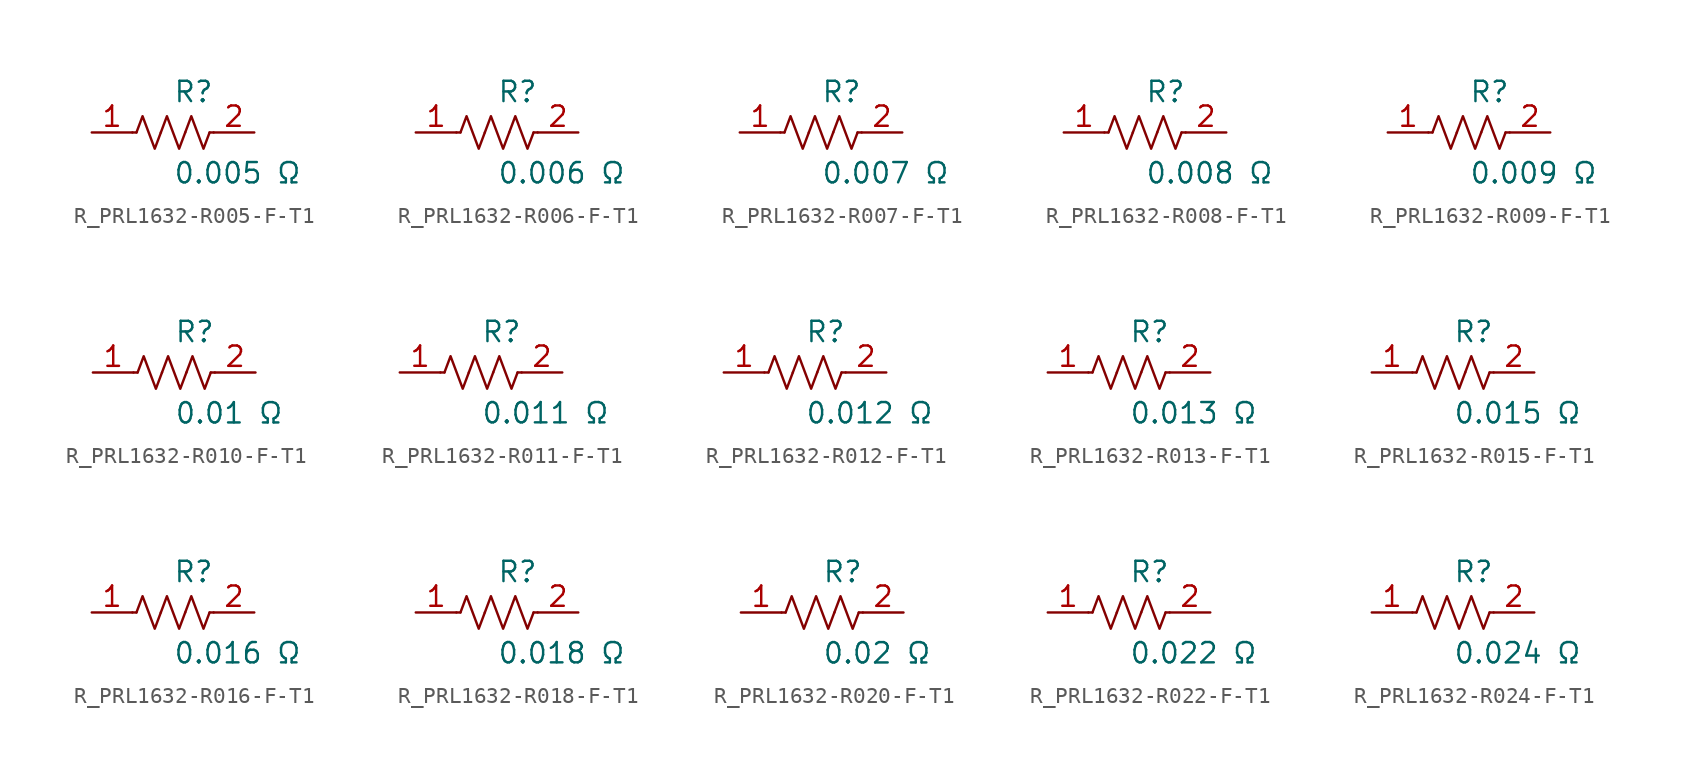
<source format=kicad_sym>
(kicad_symbol_lib
  (version 20231120)
  (generator kicad_symbol_editor)
  (generator_version 8.0)
  (symbol "R_PRL1632-R005-F-T1"
    (pin_names
      (offset 0.254))
    (property "Reference" "R"
      (at 0 2.54 0)
      (effects (font (size 1.27 1.27)) (justify left)))
    (property "Value" "0.005 Ω"
      (at 0 -2.54 0)
      (effects (font (size 1.27 1.27)) (justify left)))
    (symbol "R_PRL1632-R005-F-T1_0_1"
      (polyline (pts (xy 2.286 0) (xy 2.54 0)) (stroke (width 0) (type default)) (fill (type none)))
      (polyline (pts (xy -2.286 0) (xy -2.54 0)) (stroke (width 0) (type default)) (fill (type none)))
      (polyline (pts (xy 0.762 0) (xy 1.143 1.016) (xy 1.524 0) (xy 1.905 -1.016) (xy 2.286 0)) (stroke (width 0) (type default)) (fill (type none)))
      (polyline (pts (xy -0.762 0) (xy -0.381 1.016) (xy 0 0) (xy 0.381 -1.016) (xy 0.762 0)) (stroke (width 0) (type default)) (fill (type none)))
      (polyline (pts (xy -2.286 0) (xy -1.905 1.016) (xy -1.524 0) (xy -1.143 -1.016) (xy -0.762 0)) (stroke (width 0) (type default)) (fill (type none))))
    (pin passive line
      (at -5.08 0 0)
      (length 2.54)
      (name "" (effects (font (size 1.27 1.27))))
      (number "1" (effects (font (size 1.27 1.27)))))
    (pin passive line
      (at 5.08 0 180)
      (length 2.54)
      (name "" (effects (font (size 1.27 1.27))))
      (number "2" (effects (font (size 1.27 1.27))))))
  (symbol "R_PRL1632-R006-F-T1"
    (pin_names
      (offset 0.254))
    (property "Reference" "R"
      (at 0 2.54 0)
      (effects (font (size 1.27 1.27)) (justify left)))
    (property "Value" "0.006 Ω"
      (at 0 -2.54 0)
      (effects (font (size 1.27 1.27)) (justify left)))
    (symbol "R_PRL1632-R006-F-T1_0_1"
      (polyline (pts (xy 2.286 0) (xy 2.54 0)) (stroke (width 0) (type default)) (fill (type none)))
      (polyline (pts (xy -2.286 0) (xy -2.54 0)) (stroke (width 0) (type default)) (fill (type none)))
      (polyline (pts (xy 0.762 0) (xy 1.143 1.016) (xy 1.524 0) (xy 1.905 -1.016) (xy 2.286 0)) (stroke (width 0) (type default)) (fill (type none)))
      (polyline (pts (xy -0.762 0) (xy -0.381 1.016) (xy 0 0) (xy 0.381 -1.016) (xy 0.762 0)) (stroke (width 0) (type default)) (fill (type none)))
      (polyline (pts (xy -2.286 0) (xy -1.905 1.016) (xy -1.524 0) (xy -1.143 -1.016) (xy -0.762 0)) (stroke (width 0) (type default)) (fill (type none))))
    (pin passive line
      (at -5.08 0 0)
      (length 2.54)
      (name "" (effects (font (size 1.27 1.27))))
      (number "1" (effects (font (size 1.27 1.27)))))
    (pin passive line
      (at 5.08 0 180)
      (length 2.54)
      (name "" (effects (font (size 1.27 1.27))))
      (number "2" (effects (font (size 1.27 1.27))))))
  (symbol "R_PRL1632-R007-F-T1"
    (pin_names
      (offset 0.254))
    (property "Reference" "R"
      (at 0 2.54 0)
      (effects (font (size 1.27 1.27)) (justify left)))
    (property "Value" "0.007 Ω"
      (at 0 -2.54 0)
      (effects (font (size 1.27 1.27)) (justify left)))
    (symbol "R_PRL1632-R007-F-T1_0_1"
      (polyline (pts (xy 2.286 0) (xy 2.54 0)) (stroke (width 0) (type default)) (fill (type none)))
      (polyline (pts (xy -2.286 0) (xy -2.54 0)) (stroke (width 0) (type default)) (fill (type none)))
      (polyline (pts (xy 0.762 0) (xy 1.143 1.016) (xy 1.524 0) (xy 1.905 -1.016) (xy 2.286 0)) (stroke (width 0) (type default)) (fill (type none)))
      (polyline (pts (xy -0.762 0) (xy -0.381 1.016) (xy 0 0) (xy 0.381 -1.016) (xy 0.762 0)) (stroke (width 0) (type default)) (fill (type none)))
      (polyline (pts (xy -2.286 0) (xy -1.905 1.016) (xy -1.524 0) (xy -1.143 -1.016) (xy -0.762 0)) (stroke (width 0) (type default)) (fill (type none))))
    (pin passive line
      (at -5.08 0 0)
      (length 2.54)
      (name "" (effects (font (size 1.27 1.27))))
      (number "1" (effects (font (size 1.27 1.27)))))
    (pin passive line
      (at 5.08 0 180)
      (length 2.54)
      (name "" (effects (font (size 1.27 1.27))))
      (number "2" (effects (font (size 1.27 1.27))))))
  (symbol "R_PRL1632-R008-F-T1"
    (pin_names
      (offset 0.254))
    (property "Reference" "R"
      (at 0 2.54 0)
      (effects (font (size 1.27 1.27)) (justify left)))
    (property "Value" "0.008 Ω"
      (at 0 -2.54 0)
      (effects (font (size 1.27 1.27)) (justify left)))
    (symbol "R_PRL1632-R008-F-T1_0_1"
      (polyline (pts (xy 2.286 0) (xy 2.54 0)) (stroke (width 0) (type default)) (fill (type none)))
      (polyline (pts (xy -2.286 0) (xy -2.54 0)) (stroke (width 0) (type default)) (fill (type none)))
      (polyline (pts (xy 0.762 0) (xy 1.143 1.016) (xy 1.524 0) (xy 1.905 -1.016) (xy 2.286 0)) (stroke (width 0) (type default)) (fill (type none)))
      (polyline (pts (xy -0.762 0) (xy -0.381 1.016) (xy 0 0) (xy 0.381 -1.016) (xy 0.762 0)) (stroke (width 0) (type default)) (fill (type none)))
      (polyline (pts (xy -2.286 0) (xy -1.905 1.016) (xy -1.524 0) (xy -1.143 -1.016) (xy -0.762 0)) (stroke (width 0) (type default)) (fill (type none))))
    (pin passive line
      (at -5.08 0 0)
      (length 2.54)
      (name "" (effects (font (size 1.27 1.27))))
      (number "1" (effects (font (size 1.27 1.27)))))
    (pin passive line
      (at 5.08 0 180)
      (length 2.54)
      (name "" (effects (font (size 1.27 1.27))))
      (number "2" (effects (font (size 1.27 1.27))))))
  (symbol "R_PRL1632-R009-F-T1"
    (pin_names
      (offset 0.254))
    (property "Reference" "R"
      (at 0 2.54 0)
      (effects (font (size 1.27 1.27)) (justify left)))
    (property "Value" "0.009 Ω"
      (at 0 -2.54 0)
      (effects (font (size 1.27 1.27)) (justify left)))
    (symbol "R_PRL1632-R009-F-T1_0_1"
      (polyline (pts (xy 2.286 0) (xy 2.54 0)) (stroke (width 0) (type default)) (fill (type none)))
      (polyline (pts (xy -2.286 0) (xy -2.54 0)) (stroke (width 0) (type default)) (fill (type none)))
      (polyline (pts (xy 0.762 0) (xy 1.143 1.016) (xy 1.524 0) (xy 1.905 -1.016) (xy 2.286 0)) (stroke (width 0) (type default)) (fill (type none)))
      (polyline (pts (xy -0.762 0) (xy -0.381 1.016) (xy 0 0) (xy 0.381 -1.016) (xy 0.762 0)) (stroke (width 0) (type default)) (fill (type none)))
      (polyline (pts (xy -2.286 0) (xy -1.905 1.016) (xy -1.524 0) (xy -1.143 -1.016) (xy -0.762 0)) (stroke (width 0) (type default)) (fill (type none))))
    (pin passive line
      (at -5.08 0 0)
      (length 2.54)
      (name "" (effects (font (size 1.27 1.27))))
      (number "1" (effects (font (size 1.27 1.27)))))
    (pin passive line
      (at 5.08 0 180)
      (length 2.54)
      (name "" (effects (font (size 1.27 1.27))))
      (number "2" (effects (font (size 1.27 1.27))))))
  (symbol "R_PRL1632-R010-F-T1"
    (pin_names
      (offset 0.254))
    (property "Reference" "R"
      (at 0 2.54 0)
      (effects (font (size 1.27 1.27)) (justify left)))
    (property "Value" "0.01 Ω"
      (at 0 -2.54 0)
      (effects (font (size 1.27 1.27)) (justify left)))
    (symbol "R_PRL1632-R010-F-T1_0_1"
      (polyline (pts (xy 2.286 0) (xy 2.54 0)) (stroke (width 0) (type default)) (fill (type none)))
      (polyline (pts (xy -2.286 0) (xy -2.54 0)) (stroke (width 0) (type default)) (fill (type none)))
      (polyline (pts (xy 0.762 0) (xy 1.143 1.016) (xy 1.524 0) (xy 1.905 -1.016) (xy 2.286 0)) (stroke (width 0) (type default)) (fill (type none)))
      (polyline (pts (xy -0.762 0) (xy -0.381 1.016) (xy 0 0) (xy 0.381 -1.016) (xy 0.762 0)) (stroke (width 0) (type default)) (fill (type none)))
      (polyline (pts (xy -2.286 0) (xy -1.905 1.016) (xy -1.524 0) (xy -1.143 -1.016) (xy -0.762 0)) (stroke (width 0) (type default)) (fill (type none))))
    (pin passive line
      (at -5.08 0 0)
      (length 2.54)
      (name "" (effects (font (size 1.27 1.27))))
      (number "1" (effects (font (size 1.27 1.27)))))
    (pin passive line
      (at 5.08 0 180)
      (length 2.54)
      (name "" (effects (font (size 1.27 1.27))))
      (number "2" (effects (font (size 1.27 1.27))))))
  (symbol "R_PRL1632-R011-F-T1"
    (pin_names
      (offset 0.254))
    (property "Reference" "R"
      (at 0 2.54 0)
      (effects (font (size 1.27 1.27)) (justify left)))
    (property "Value" "0.011 Ω"
      (at 0 -2.54 0)
      (effects (font (size 1.27 1.27)) (justify left)))
    (symbol "R_PRL1632-R011-F-T1_0_1"
      (polyline (pts (xy 2.286 0) (xy 2.54 0)) (stroke (width 0) (type default)) (fill (type none)))
      (polyline (pts (xy -2.286 0) (xy -2.54 0)) (stroke (width 0) (type default)) (fill (type none)))
      (polyline (pts (xy 0.762 0) (xy 1.143 1.016) (xy 1.524 0) (xy 1.905 -1.016) (xy 2.286 0)) (stroke (width 0) (type default)) (fill (type none)))
      (polyline (pts (xy -0.762 0) (xy -0.381 1.016) (xy 0 0) (xy 0.381 -1.016) (xy 0.762 0)) (stroke (width 0) (type default)) (fill (type none)))
      (polyline (pts (xy -2.286 0) (xy -1.905 1.016) (xy -1.524 0) (xy -1.143 -1.016) (xy -0.762 0)) (stroke (width 0) (type default)) (fill (type none))))
    (pin passive line
      (at -5.08 0 0)
      (length 2.54)
      (name "" (effects (font (size 1.27 1.27))))
      (number "1" (effects (font (size 1.27 1.27)))))
    (pin passive line
      (at 5.08 0 180)
      (length 2.54)
      (name "" (effects (font (size 1.27 1.27))))
      (number "2" (effects (font (size 1.27 1.27))))))
  (symbol "R_PRL1632-R012-F-T1"
    (pin_names
      (offset 0.254))
    (property "Reference" "R"
      (at 0 2.54 0)
      (effects (font (size 1.27 1.27)) (justify left)))
    (property "Value" "0.012 Ω"
      (at 0 -2.54 0)
      (effects (font (size 1.27 1.27)) (justify left)))
    (symbol "R_PRL1632-R012-F-T1_0_1"
      (polyline (pts (xy 2.286 0) (xy 2.54 0)) (stroke (width 0) (type default)) (fill (type none)))
      (polyline (pts (xy -2.286 0) (xy -2.54 0)) (stroke (width 0) (type default)) (fill (type none)))
      (polyline (pts (xy 0.762 0) (xy 1.143 1.016) (xy 1.524 0) (xy 1.905 -1.016) (xy 2.286 0)) (stroke (width 0) (type default)) (fill (type none)))
      (polyline (pts (xy -0.762 0) (xy -0.381 1.016) (xy 0 0) (xy 0.381 -1.016) (xy 0.762 0)) (stroke (width 0) (type default)) (fill (type none)))
      (polyline (pts (xy -2.286 0) (xy -1.905 1.016) (xy -1.524 0) (xy -1.143 -1.016) (xy -0.762 0)) (stroke (width 0) (type default)) (fill (type none))))
    (pin passive line
      (at -5.08 0 0)
      (length 2.54)
      (name "" (effects (font (size 1.27 1.27))))
      (number "1" (effects (font (size 1.27 1.27)))))
    (pin passive line
      (at 5.08 0 180)
      (length 2.54)
      (name "" (effects (font (size 1.27 1.27))))
      (number "2" (effects (font (size 1.27 1.27))))))
  (symbol "R_PRL1632-R013-F-T1"
    (pin_names
      (offset 0.254))
    (property "Reference" "R"
      (at 0 2.54 0)
      (effects (font (size 1.27 1.27)) (justify left)))
    (property "Value" "0.013 Ω"
      (at 0 -2.54 0)
      (effects (font (size 1.27 1.27)) (justify left)))
    (symbol "R_PRL1632-R013-F-T1_0_1"
      (polyline (pts (xy 2.286 0) (xy 2.54 0)) (stroke (width 0) (type default)) (fill (type none)))
      (polyline (pts (xy -2.286 0) (xy -2.54 0)) (stroke (width 0) (type default)) (fill (type none)))
      (polyline (pts (xy 0.762 0) (xy 1.143 1.016) (xy 1.524 0) (xy 1.905 -1.016) (xy 2.286 0)) (stroke (width 0) (type default)) (fill (type none)))
      (polyline (pts (xy -0.762 0) (xy -0.381 1.016) (xy 0 0) (xy 0.381 -1.016) (xy 0.762 0)) (stroke (width 0) (type default)) (fill (type none)))
      (polyline (pts (xy -2.286 0) (xy -1.905 1.016) (xy -1.524 0) (xy -1.143 -1.016) (xy -0.762 0)) (stroke (width 0) (type default)) (fill (type none))))
    (pin passive line
      (at -5.08 0 0)
      (length 2.54)
      (name "" (effects (font (size 1.27 1.27))))
      (number "1" (effects (font (size 1.27 1.27)))))
    (pin passive line
      (at 5.08 0 180)
      (length 2.54)
      (name "" (effects (font (size 1.27 1.27))))
      (number "2" (effects (font (size 1.27 1.27))))))
  (symbol "R_PRL1632-R015-F-T1"
    (pin_names
      (offset 0.254))
    (property "Reference" "R"
      (at 0 2.54 0)
      (effects (font (size 1.27 1.27)) (justify left)))
    (property "Value" "0.015 Ω"
      (at 0 -2.54 0)
      (effects (font (size 1.27 1.27)) (justify left)))
    (symbol "R_PRL1632-R015-F-T1_0_1"
      (polyline (pts (xy 2.286 0) (xy 2.54 0)) (stroke (width 0) (type default)) (fill (type none)))
      (polyline (pts (xy -2.286 0) (xy -2.54 0)) (stroke (width 0) (type default)) (fill (type none)))
      (polyline (pts (xy 0.762 0) (xy 1.143 1.016) (xy 1.524 0) (xy 1.905 -1.016) (xy 2.286 0)) (stroke (width 0) (type default)) (fill (type none)))
      (polyline (pts (xy -0.762 0) (xy -0.381 1.016) (xy 0 0) (xy 0.381 -1.016) (xy 0.762 0)) (stroke (width 0) (type default)) (fill (type none)))
      (polyline (pts (xy -2.286 0) (xy -1.905 1.016) (xy -1.524 0) (xy -1.143 -1.016) (xy -0.762 0)) (stroke (width 0) (type default)) (fill (type none))))
    (pin passive line
      (at -5.08 0 0)
      (length 2.54)
      (name "" (effects (font (size 1.27 1.27))))
      (number "1" (effects (font (size 1.27 1.27)))))
    (pin passive line
      (at 5.08 0 180)
      (length 2.54)
      (name "" (effects (font (size 1.27 1.27))))
      (number "2" (effects (font (size 1.27 1.27))))))
  (symbol "R_PRL1632-R016-F-T1"
    (pin_names
      (offset 0.254))
    (property "Reference" "R"
      (at 0 2.54 0)
      (effects (font (size 1.27 1.27)) (justify left)))
    (property "Value" "0.016 Ω"
      (at 0 -2.54 0)
      (effects (font (size 1.27 1.27)) (justify left)))
    (symbol "R_PRL1632-R016-F-T1_0_1"
      (polyline (pts (xy 2.286 0) (xy 2.54 0)) (stroke (width 0) (type default)) (fill (type none)))
      (polyline (pts (xy -2.286 0) (xy -2.54 0)) (stroke (width 0) (type default)) (fill (type none)))
      (polyline (pts (xy 0.762 0) (xy 1.143 1.016) (xy 1.524 0) (xy 1.905 -1.016) (xy 2.286 0)) (stroke (width 0) (type default)) (fill (type none)))
      (polyline (pts (xy -0.762 0) (xy -0.381 1.016) (xy 0 0) (xy 0.381 -1.016) (xy 0.762 0)) (stroke (width 0) (type default)) (fill (type none)))
      (polyline (pts (xy -2.286 0) (xy -1.905 1.016) (xy -1.524 0) (xy -1.143 -1.016) (xy -0.762 0)) (stroke (width 0) (type default)) (fill (type none))))
    (pin passive line
      (at -5.08 0 0)
      (length 2.54)
      (name "" (effects (font (size 1.27 1.27))))
      (number "1" (effects (font (size 1.27 1.27)))))
    (pin passive line
      (at 5.08 0 180)
      (length 2.54)
      (name "" (effects (font (size 1.27 1.27))))
      (number "2" (effects (font (size 1.27 1.27))))))
  (symbol "R_PRL1632-R018-F-T1"
    (pin_names
      (offset 0.254))
    (property "Reference" "R"
      (at 0 2.54 0)
      (effects (font (size 1.27 1.27)) (justify left)))
    (property "Value" "0.018 Ω"
      (at 0 -2.54 0)
      (effects (font (size 1.27 1.27)) (justify left)))
    (symbol "R_PRL1632-R018-F-T1_0_1"
      (polyline (pts (xy 2.286 0) (xy 2.54 0)) (stroke (width 0) (type default)) (fill (type none)))
      (polyline (pts (xy -2.286 0) (xy -2.54 0)) (stroke (width 0) (type default)) (fill (type none)))
      (polyline (pts (xy 0.762 0) (xy 1.143 1.016) (xy 1.524 0) (xy 1.905 -1.016) (xy 2.286 0)) (stroke (width 0) (type default)) (fill (type none)))
      (polyline (pts (xy -0.762 0) (xy -0.381 1.016) (xy 0 0) (xy 0.381 -1.016) (xy 0.762 0)) (stroke (width 0) (type default)) (fill (type none)))
      (polyline (pts (xy -2.286 0) (xy -1.905 1.016) (xy -1.524 0) (xy -1.143 -1.016) (xy -0.762 0)) (stroke (width 0) (type default)) (fill (type none))))
    (pin passive line
      (at -5.08 0 0)
      (length 2.54)
      (name "" (effects (font (size 1.27 1.27))))
      (number "1" (effects (font (size 1.27 1.27)))))
    (pin passive line
      (at 5.08 0 180)
      (length 2.54)
      (name "" (effects (font (size 1.27 1.27))))
      (number "2" (effects (font (size 1.27 1.27))))))
  (symbol "R_PRL1632-R020-F-T1"
    (pin_names
      (offset 0.254))
    (property "Reference" "R"
      (at 0 2.54 0)
      (effects (font (size 1.27 1.27)) (justify left)))
    (property "Value" "0.02 Ω"
      (at 0 -2.54 0)
      (effects (font (size 1.27 1.27)) (justify left)))
    (symbol "R_PRL1632-R020-F-T1_0_1"
      (polyline (pts (xy 2.286 0) (xy 2.54 0)) (stroke (width 0) (type default)) (fill (type none)))
      (polyline (pts (xy -2.286 0) (xy -2.54 0)) (stroke (width 0) (type default)) (fill (type none)))
      (polyline (pts (xy 0.762 0) (xy 1.143 1.016) (xy 1.524 0) (xy 1.905 -1.016) (xy 2.286 0)) (stroke (width 0) (type default)) (fill (type none)))
      (polyline (pts (xy -0.762 0) (xy -0.381 1.016) (xy 0 0) (xy 0.381 -1.016) (xy 0.762 0)) (stroke (width 0) (type default)) (fill (type none)))
      (polyline (pts (xy -2.286 0) (xy -1.905 1.016) (xy -1.524 0) (xy -1.143 -1.016) (xy -0.762 0)) (stroke (width 0) (type default)) (fill (type none))))
    (pin passive line
      (at -5.08 0 0)
      (length 2.54)
      (name "" (effects (font (size 1.27 1.27))))
      (number "1" (effects (font (size 1.27 1.27)))))
    (pin passive line
      (at 5.08 0 180)
      (length 2.54)
      (name "" (effects (font (size 1.27 1.27))))
      (number "2" (effects (font (size 1.27 1.27))))))
  (symbol "R_PRL1632-R022-F-T1"
    (pin_names
      (offset 0.254))
    (property "Reference" "R"
      (at 0 2.54 0)
      (effects (font (size 1.27 1.27)) (justify left)))
    (property "Value" "0.022 Ω"
      (at 0 -2.54 0)
      (effects (font (size 1.27 1.27)) (justify left)))
    (symbol "R_PRL1632-R022-F-T1_0_1"
      (polyline (pts (xy 2.286 0) (xy 2.54 0)) (stroke (width 0) (type default)) (fill (type none)))
      (polyline (pts (xy -2.286 0) (xy -2.54 0)) (stroke (width 0) (type default)) (fill (type none)))
      (polyline (pts (xy 0.762 0) (xy 1.143 1.016) (xy 1.524 0) (xy 1.905 -1.016) (xy 2.286 0)) (stroke (width 0) (type default)) (fill (type none)))
      (polyline (pts (xy -0.762 0) (xy -0.381 1.016) (xy 0 0) (xy 0.381 -1.016) (xy 0.762 0)) (stroke (width 0) (type default)) (fill (type none)))
      (polyline (pts (xy -2.286 0) (xy -1.905 1.016) (xy -1.524 0) (xy -1.143 -1.016) (xy -0.762 0)) (stroke (width 0) (type default)) (fill (type none))))
    (pin passive line
      (at -5.08 0 0)
      (length 2.54)
      (name "" (effects (font (size 1.27 1.27))))
      (number "1" (effects (font (size 1.27 1.27)))))
    (pin passive line
      (at 5.08 0 180)
      (length 2.54)
      (name "" (effects (font (size 1.27 1.27))))
      (number "2" (effects (font (size 1.27 1.27))))))
  (symbol "R_PRL1632-R024-F-T1"
    (pin_names
      (offset 0.254))
    (property "Reference" "R"
      (at 0 2.54 0)
      (effects (font (size 1.27 1.27)) (justify left)))
    (property "Value" "0.024 Ω"
      (at 0 -2.54 0)
      (effects (font (size 1.27 1.27)) (justify left)))
    (symbol "R_PRL1632-R024-F-T1_0_1"
      (polyline (pts (xy 2.286 0) (xy 2.54 0)) (stroke (width 0) (type default)) (fill (type none)))
      (polyline (pts (xy -2.286 0) (xy -2.54 0)) (stroke (width 0) (type default)) (fill (type none)))
      (polyline (pts (xy 0.762 0) (xy 1.143 1.016) (xy 1.524 0) (xy 1.905 -1.016) (xy 2.286 0)) (stroke (width 0) (type default)) (fill (type none)))
      (polyline (pts (xy -0.762 0) (xy -0.381 1.016) (xy 0 0) (xy 0.381 -1.016) (xy 0.762 0)) (stroke (width 0) (type default)) (fill (type none)))
      (polyline (pts (xy -2.286 0) (xy -1.905 1.016) (xy -1.524 0) (xy -1.143 -1.016) (xy -0.762 0)) (stroke (width 0) (type default)) (fill (type none))))
    (pin passive line
      (at -5.08 0 0)
      (length 2.54)
      (name "" (effects (font (size 1.27 1.27))))
      (number "1" (effects (font (size 1.27 1.27)))))
    (pin passive line
      (at 5.08 0 180)
      (length 2.54)
      (name "" (effects (font (size 1.27 1.27))))
      (number "2" (effects (font (size 1.27 1.27)))))))
</source>
